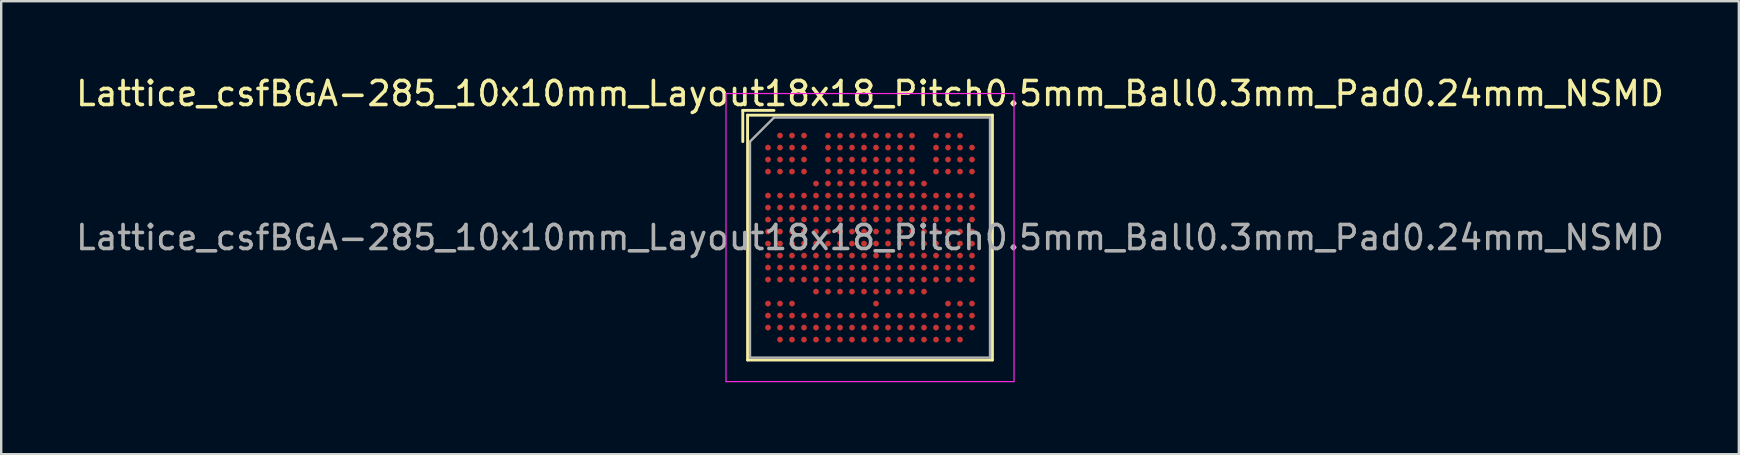
<source format=kicad_pcb>
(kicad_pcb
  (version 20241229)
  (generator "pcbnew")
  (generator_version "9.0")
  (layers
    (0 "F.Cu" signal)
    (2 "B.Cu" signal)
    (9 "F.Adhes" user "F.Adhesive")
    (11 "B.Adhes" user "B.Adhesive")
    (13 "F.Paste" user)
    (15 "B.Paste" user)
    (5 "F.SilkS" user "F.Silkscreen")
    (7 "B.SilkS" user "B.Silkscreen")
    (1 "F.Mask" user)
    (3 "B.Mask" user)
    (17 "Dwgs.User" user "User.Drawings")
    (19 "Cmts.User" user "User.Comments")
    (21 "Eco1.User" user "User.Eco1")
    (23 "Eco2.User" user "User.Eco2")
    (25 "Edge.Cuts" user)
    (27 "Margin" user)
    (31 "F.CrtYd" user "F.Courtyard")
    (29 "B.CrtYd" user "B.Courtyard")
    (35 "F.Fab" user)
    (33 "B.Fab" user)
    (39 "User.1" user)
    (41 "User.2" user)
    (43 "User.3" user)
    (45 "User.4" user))
  (footprint "Lattice_csfBGA-285_10x10mm_Layout18x18_Pitch0.5mm_Ball0.3mm_Pad0.24mm_NSMD"
    (layer "F.Cu")
    (at 33.196 6.848)
    (property "Reference" "Lattice_csfBGA-285_10x10mm_Layout18x18_Pitch0.5mm_Ball0.3mm_Pad0.24mm_NSMD" (at 0 -6 0) (layer "F.SilkS") (effects (font (size 1 1) (thickness 0.15))))
    (attr smd)
    (fp_line (start -5.3 -5.3) (end -5.3 -4) (stroke (width 0.12) (type solid)) (layer "F.SilkS"))
    (fp_line (start -5.1 -5.1) (end 5.1 -5.1) (stroke (width 0.12) (type solid)) (layer "F.SilkS"))
    (fp_line (start -5.1 5.1) (end -5.1 -5.1) (stroke (width 0.12) (type solid)) (layer "F.SilkS"))
    (fp_line (start -4 -5.3) (end -5.3 -5.3) (stroke (width 0.12) (type solid)) (layer "F.SilkS"))
    (fp_line (start 5.1 -5.1) (end 5.1 5.1) (stroke (width 0.12) (type solid)) (layer "F.SilkS"))
    (fp_line (start 5.1 5.1) (end -5.1 5.1) (stroke (width 0.12) (type solid)) (layer "F.SilkS"))
    (fp_line (start -6 -6) (end 6 -6) (stroke (width 0.05) (type solid)) (layer "F.CrtYd"))
    (fp_line (start -6 6) (end -6 -6) (stroke (width 0.05) (type solid)) (layer "F.CrtYd"))
    (fp_line (start 6 -6) (end 6 6) (stroke (width 0.05) (type solid)) (layer "F.CrtYd"))
    (fp_line (start 6 6) (end -6 6) (stroke (width 0.05) (type solid)) (layer "F.CrtYd"))
    (fp_line (start -5 -4) (end -4 -5) (stroke (width 0.1) (type solid)) (layer "F.Fab"))
    (fp_line (start -5 5) (end -5 -4) (stroke (width 0.1) (type solid)) (layer "F.Fab"))
    (fp_line (start -4 -5) (end 5 -5) (stroke (width 0.1) (type solid)) (layer "F.Fab"))
    (fp_line (start 5 -5) (end 5 5) (stroke (width 0.1) (type solid)) (layer "F.Fab"))
    (fp_line (start 5 5) (end -5 5) (stroke (width 0.1) (type solid)) (layer "F.Fab"))
    (fp_text user "${REFERENCE}" (at 0 0 0) (layer "F.Fab") (effects (font (size 1 1) (thickness 0.15))))
    (pad "A2" smd circle (at -3.75 -4.25) (size 0.24 0.24) (layers "F.Cu" "F.Mask" "F.Paste"))
    (pad "A3" smd circle (at -3.25 -4.25) (size 0.24 0.24) (layers "F.Cu" "F.Mask" "F.Paste"))
    (pad "A4" smd circle (at -2.75 -4.25) (size 0.24 0.24) (layers "F.Cu" "F.Mask" "F.Paste"))
    (pad "A6" smd circle (at -1.75 -4.25) (size 0.24 0.24) (layers "F.Cu" "F.Mask" "F.Paste"))
    (pad "A7" smd circle (at -1.25 -4.25) (size 0.24 0.24) (layers "F.Cu" "F.Mask" "F.Paste"))
    (pad "A8" smd circle (at -0.75 -4.25) (size 0.24 0.24) (layers "F.Cu" "F.Mask" "F.Paste"))
    (pad "A9" smd circle (at -0.25 -4.25) (size 0.24 0.24) (layers "F.Cu" "F.Mask" "F.Paste"))
    (pad "A10" smd circle (at 0.25 -4.25) (size 0.24 0.24) (layers "F.Cu" "F.Mask" "F.Paste"))
    (pad "A11" smd circle (at 0.75 -4.25) (size 0.24 0.24) (layers "F.Cu" "F.Mask" "F.Paste"))
    (pad "A12" smd circle (at 1.25 -4.25) (size 0.24 0.24) (layers "F.Cu" "F.Mask" "F.Paste"))
    (pad "A13" smd circle (at 1.75 -4.25) (size 0.24 0.24) (layers "F.Cu" "F.Mask" "F.Paste"))
    (pad "A15" smd circle (at 2.75 -4.25) (size 0.24 0.24) (layers "F.Cu" "F.Mask" "F.Paste"))
    (pad "A16" smd circle (at 3.25 -4.25) (size 0.24 0.24) (layers "F.Cu" "F.Mask" "F.Paste"))
    (pad "A17" smd circle (at 3.75 -4.25) (size 0.24 0.24) (layers "F.Cu" "F.Mask" "F.Paste"))
    (pad "B1" smd circle (at -4.25 -3.75) (size 0.24 0.24) (layers "F.Cu" "F.Mask" "F.Paste"))
    (pad "B2" smd circle (at -3.75 -3.75) (size 0.24 0.24) (layers "F.Cu" "F.Mask" "F.Paste"))
    (pad "B3" smd circle (at -3.25 -3.75) (size 0.24 0.24) (layers "F.Cu" "F.Mask" "F.Paste"))
    (pad "B4" smd circle (at -2.75 -3.75) (size 0.24 0.24) (layers "F.Cu" "F.Mask" "F.Paste"))
    (pad "B6" smd circle (at -1.75 -3.75) (size 0.24 0.24) (layers "F.Cu" "F.Mask" "F.Paste"))
    (pad "B7" smd circle (at -1.25 -3.75) (size 0.24 0.24) (layers "F.Cu" "F.Mask" "F.Paste"))
    (pad "B8" smd circle (at -0.75 -3.75) (size 0.24 0.24) (layers "F.Cu" "F.Mask" "F.Paste"))
    (pad "B9" smd circle (at -0.25 -3.75) (size 0.24 0.24) (layers "F.Cu" "F.Mask" "F.Paste"))
    (pad "B10" smd circle (at 0.25 -3.75) (size 0.24 0.24) (layers "F.Cu" "F.Mask" "F.Paste"))
    (pad "B11" smd circle (at 0.75 -3.75) (size 0.24 0.24) (layers "F.Cu" "F.Mask" "F.Paste"))
    (pad "B12" smd circle (at 1.25 -3.75) (size 0.24 0.24) (layers "F.Cu" "F.Mask" "F.Paste"))
    (pad "B13" smd circle (at 1.75 -3.75) (size 0.24 0.24) (layers "F.Cu" "F.Mask" "F.Paste"))
    (pad "B15" smd circle (at 2.75 -3.75) (size 0.24 0.24) (layers "F.Cu" "F.Mask" "F.Paste"))
    (pad "B16" smd circle (at 3.25 -3.75) (size 0.24 0.24) (layers "F.Cu" "F.Mask" "F.Paste"))
    (pad "B17" smd circle (at 3.75 -3.75) (size 0.24 0.24) (layers "F.Cu" "F.Mask" "F.Paste"))
    (pad "B18" smd circle (at 4.25 -3.75) (size 0.24 0.24) (layers "F.Cu" "F.Mask" "F.Paste"))
    (pad "C1" smd circle (at -4.25 -3.25) (size 0.24 0.24) (layers "F.Cu" "F.Mask" "F.Paste"))
    (pad "C2" smd circle (at -3.75 -3.25) (size 0.24 0.24) (layers "F.Cu" "F.Mask" "F.Paste"))
    (pad "C3" smd circle (at -3.25 -3.25) (size 0.24 0.24) (layers "F.Cu" "F.Mask" "F.Paste"))
    (pad "C4" smd circle (at -2.75 -3.25) (size 0.24 0.24) (layers "F.Cu" "F.Mask" "F.Paste"))
    (pad "C6" smd circle (at -1.75 -3.25) (size 0.24 0.24) (layers "F.Cu" "F.Mask" "F.Paste"))
    (pad "C7" smd circle (at -1.25 -3.25) (size 0.24 0.24) (layers "F.Cu" "F.Mask" "F.Paste"))
    (pad "C8" smd circle (at -0.75 -3.25) (size 0.24 0.24) (layers "F.Cu" "F.Mask" "F.Paste"))
    (pad "C9" smd circle (at -0.25 -3.25) (size 0.24 0.24) (layers "F.Cu" "F.Mask" "F.Paste"))
    (pad "C10" smd circle (at 0.25 -3.25) (size 0.24 0.24) (layers "F.Cu" "F.Mask" "F.Paste"))
    (pad "C11" smd circle (at 0.75 -3.25) (size 0.24 0.24) (layers "F.Cu" "F.Mask" "F.Paste"))
    (pad "C12" smd circle (at 1.25 -3.25) (size 0.24 0.24) (layers "F.Cu" "F.Mask" "F.Paste"))
    (pad "C13" smd circle (at 1.75 -3.25) (size 0.24 0.24) (layers "F.Cu" "F.Mask" "F.Paste"))
    (pad "C15" smd circle (at 2.75 -3.25) (size 0.24 0.24) (layers "F.Cu" "F.Mask" "F.Paste"))
    (pad "C16" smd circle (at 3.25 -3.25) (size 0.24 0.24) (layers "F.Cu" "F.Mask" "F.Paste"))
    (pad "C17" smd circle (at 3.75 -3.25) (size 0.24 0.24) (layers "F.Cu" "F.Mask" "F.Paste"))
    (pad "C18" smd circle (at 4.25 -3.25) (size 0.24 0.24) (layers "F.Cu" "F.Mask" "F.Paste"))
    (pad "D1" smd circle (at -4.25 -2.75) (size 0.24 0.24) (layers "F.Cu" "F.Mask" "F.Paste"))
    (pad "D2" smd circle (at -3.75 -2.75) (size 0.24 0.24) (layers "F.Cu" "F.Mask" "F.Paste"))
    (pad "D3" smd circle (at -3.25 -2.75) (size 0.24 0.24) (layers "F.Cu" "F.Mask" "F.Paste"))
    (pad "D4" smd circle (at -2.75 -2.75) (size 0.24 0.24) (layers "F.Cu" "F.Mask" "F.Paste"))
    (pad "D6" smd circle (at -1.75 -2.75) (size 0.24 0.24) (layers "F.Cu" "F.Mask" "F.Paste"))
    (pad "D7" smd circle (at -1.25 -2.75) (size 0.24 0.24) (layers "F.Cu" "F.Mask" "F.Paste"))
    (pad "D8" smd circle (at -0.75 -2.75) (size 0.24 0.24) (layers "F.Cu" "F.Mask" "F.Paste"))
    (pad "D9" smd circle (at -0.25 -2.75) (size 0.24 0.24) (layers "F.Cu" "F.Mask" "F.Paste"))
    (pad "D10" smd circle (at 0.25 -2.75) (size 0.24 0.24) (layers "F.Cu" "F.Mask" "F.Paste"))
    (pad "D11" smd circle (at 0.75 -2.75) (size 0.24 0.24) (layers "F.Cu" "F.Mask" "F.Paste"))
    (pad "D12" smd circle (at 1.25 -2.75) (size 0.24 0.24) (layers "F.Cu" "F.Mask" "F.Paste"))
    (pad "D13" smd circle (at 1.75 -2.75) (size 0.24 0.24) (layers "F.Cu" "F.Mask" "F.Paste"))
    (pad "D15" smd circle (at 2.75 -2.75) (size 0.24 0.24) (layers "F.Cu" "F.Mask" "F.Paste"))
    (pad "D16" smd circle (at 3.25 -2.75) (size 0.24 0.24) (layers "F.Cu" "F.Mask" "F.Paste"))
    (pad "D17" smd circle (at 3.75 -2.75) (size 0.24 0.24) (layers "F.Cu" "F.Mask" "F.Paste"))
    (pad "D18" smd circle (at 4.25 -2.75) (size 0.24 0.24) (layers "F.Cu" "F.Mask" "F.Paste"))
    (pad "E5" smd circle (at -2.25 -2.25) (size 0.24 0.24) (layers "F.Cu" "F.Mask" "F.Paste"))
    (pad "E6" smd circle (at -1.75 -2.25) (size 0.24 0.24) (layers "F.Cu" "F.Mask" "F.Paste"))
    (pad "E7" smd circle (at -1.25 -2.25) (size 0.24 0.24) (layers "F.Cu" "F.Mask" "F.Paste"))
    (pad "E8" smd circle (at -0.75 -2.25) (size 0.24 0.24) (layers "F.Cu" "F.Mask" "F.Paste"))
    (pad "E9" smd circle (at -0.25 -2.25) (size 0.24 0.24) (layers "F.Cu" "F.Mask" "F.Paste"))
    (pad "E10" smd circle (at 0.25 -2.25) (size 0.24 0.24) (layers "F.Cu" "F.Mask" "F.Paste"))
    (pad "E11" smd circle (at 0.75 -2.25) (size 0.24 0.24) (layers "F.Cu" "F.Mask" "F.Paste"))
    (pad "E12" smd circle (at 1.25 -2.25) (size 0.24 0.24) (layers "F.Cu" "F.Mask" "F.Paste"))
    (pad "E13" smd circle (at 1.75 -2.25) (size 0.24 0.24) (layers "F.Cu" "F.Mask" "F.Paste"))
    (pad "E14" smd circle (at 2.25 -2.25) (size 0.24 0.24) (layers "F.Cu" "F.Mask" "F.Paste"))
    (pad "F1" smd circle (at -4.25 -1.75) (size 0.24 0.24) (layers "F.Cu" "F.Mask" "F.Paste"))
    (pad "F2" smd circle (at -3.75 -1.75) (size 0.24 0.24) (layers "F.Cu" "F.Mask" "F.Paste"))
    (pad "F3" smd circle (at -3.25 -1.75) (size 0.24 0.24) (layers "F.Cu" "F.Mask" "F.Paste"))
    (pad "F4" smd circle (at -2.75 -1.75) (size 0.24 0.24) (layers "F.Cu" "F.Mask" "F.Paste"))
    (pad "F5" smd circle (at -2.25 -1.75) (size 0.24 0.24) (layers "F.Cu" "F.Mask" "F.Paste"))
    (pad "F6" smd circle (at -1.75 -1.75) (size 0.24 0.24) (layers "F.Cu" "F.Mask" "F.Paste"))
    (pad "F7" smd circle (at -1.25 -1.75) (size 0.24 0.24) (layers "F.Cu" "F.Mask" "F.Paste"))
    (pad "F8" smd circle (at -0.75 -1.75) (size 0.24 0.24) (layers "F.Cu" "F.Mask" "F.Paste"))
    (pad "F9" smd circle (at -0.25 -1.75) (size 0.24 0.24) (layers "F.Cu" "F.Mask" "F.Paste"))
    (pad "F10" smd circle (at 0.25 -1.75) (size 0.24 0.24) (layers "F.Cu" "F.Mask" "F.Paste"))
    (pad "F11" smd circle (at 0.75 -1.75) (size 0.24 0.24) (layers "F.Cu" "F.Mask" "F.Paste"))
    (pad "F12" smd circle (at 1.25 -1.75) (size 0.24 0.24) (layers "F.Cu" "F.Mask" "F.Paste"))
    (pad "F13" smd circle (at 1.75 -1.75) (size 0.24 0.24) (layers "F.Cu" "F.Mask" "F.Paste"))
    (pad "F14" smd circle (at 2.25 -1.75) (size 0.24 0.24) (layers "F.Cu" "F.Mask" "F.Paste"))
    (pad "F15" smd circle (at 2.75 -1.75) (size 0.24 0.24) (layers "F.Cu" "F.Mask" "F.Paste"))
    (pad "F16" smd circle (at 3.25 -1.75) (size 0.24 0.24) (layers "F.Cu" "F.Mask" "F.Paste"))
    (pad "F17" smd circle (at 3.75 -1.75) (size 0.24 0.24) (layers "F.Cu" "F.Mask" "F.Paste"))
    (pad "F18" smd circle (at 4.25 -1.75) (size 0.24 0.24) (layers "F.Cu" "F.Mask" "F.Paste"))
    (pad "G1" smd circle (at -4.25 -1.25) (size 0.24 0.24) (layers "F.Cu" "F.Mask" "F.Paste"))
    (pad "G2" smd circle (at -3.75 -1.25) (size 0.24 0.24) (layers "F.Cu" "F.Mask" "F.Paste"))
    (pad "G3" smd circle (at -3.25 -1.25) (size 0.24 0.24) (layers "F.Cu" "F.Mask" "F.Paste"))
    (pad "G4" smd circle (at -2.75 -1.25) (size 0.24 0.24) (layers "F.Cu" "F.Mask" "F.Paste"))
    (pad "G5" smd circle (at -2.25 -1.25) (size 0.24 0.24) (layers "F.Cu" "F.Mask" "F.Paste"))
    (pad "G6" smd circle (at -1.75 -1.25) (size 0.24 0.24) (layers "F.Cu" "F.Mask" "F.Paste"))
    (pad "G7" smd circle (at -1.25 -1.25) (size 0.24 0.24) (layers "F.Cu" "F.Mask" "F.Paste"))
    (pad "G8" smd circle (at -0.75 -1.25) (size 0.24 0.24) (layers "F.Cu" "F.Mask" "F.Paste"))
    (pad "G9" smd circle (at -0.25 -1.25) (size 0.24 0.24) (layers "F.Cu" "F.Mask" "F.Paste"))
    (pad "G10" smd circle (at 0.25 -1.25) (size 0.24 0.24) (layers "F.Cu" "F.Mask" "F.Paste"))
    (pad "G11" smd circle (at 0.75 -1.25) (size 0.24 0.24) (layers "F.Cu" "F.Mask" "F.Paste"))
    (pad "G12" smd circle (at 1.25 -1.25) (size 0.24 0.24) (layers "F.Cu" "F.Mask" "F.Paste"))
    (pad "G13" smd circle (at 1.75 -1.25) (size 0.24 0.24) (layers "F.Cu" "F.Mask" "F.Paste"))
    (pad "G14" smd circle (at 2.25 -1.25) (size 0.24 0.24) (layers "F.Cu" "F.Mask" "F.Paste"))
    (pad "G15" smd circle (at 2.75 -1.25) (size 0.24 0.24) (layers "F.Cu" "F.Mask" "F.Paste"))
    (pad "G16" smd circle (at 3.25 -1.25) (size 0.24 0.24) (layers "F.Cu" "F.Mask" "F.Paste"))
    (pad "G17" smd circle (at 3.75 -1.25) (size 0.24 0.24) (layers "F.Cu" "F.Mask" "F.Paste"))
    (pad "G18" smd circle (at 4.25 -1.25) (size 0.24 0.24) (layers "F.Cu" "F.Mask" "F.Paste"))
    (pad "H1" smd circle (at -4.25 -0.75) (size 0.24 0.24) (layers "F.Cu" "F.Mask" "F.Paste"))
    (pad "H2" smd circle (at -3.75 -0.75) (size 0.24 0.24) (layers "F.Cu" "F.Mask" "F.Paste"))
    (pad "H3" smd circle (at -3.25 -0.75) (size 0.24 0.24) (layers "F.Cu" "F.Mask" "F.Paste"))
    (pad "H4" smd circle (at -2.75 -0.75) (size 0.24 0.24) (layers "F.Cu" "F.Mask" "F.Paste"))
    (pad "H5" smd circle (at -2.25 -0.75) (size 0.24 0.24) (layers "F.Cu" "F.Mask" "F.Paste"))
    (pad "H6" smd circle (at -1.75 -0.75) (size 0.24 0.24) (layers "F.Cu" "F.Mask" "F.Paste"))
    (pad "H7" smd circle (at -1.25 -0.75) (size 0.24 0.24) (layers "F.Cu" "F.Mask" "F.Paste"))
    (pad "H8" smd circle (at -0.75 -0.75) (size 0.24 0.24) (layers "F.Cu" "F.Mask" "F.Paste"))
    (pad "H9" smd circle (at -0.25 -0.75) (size 0.24 0.24) (layers "F.Cu" "F.Mask" "F.Paste"))
    (pad "H10" smd circle (at 0.25 -0.75) (size 0.24 0.24) (layers "F.Cu" "F.Mask" "F.Paste"))
    (pad "H11" smd circle (at 0.75 -0.75) (size 0.24 0.24) (layers "F.Cu" "F.Mask" "F.Paste"))
    (pad "H12" smd circle (at 1.25 -0.75) (size 0.24 0.24) (layers "F.Cu" "F.Mask" "F.Paste"))
    (pad "H13" smd circle (at 1.75 -0.75) (size 0.24 0.24) (layers "F.Cu" "F.Mask" "F.Paste"))
    (pad "H14" smd circle (at 2.25 -0.75) (size 0.24 0.24) (layers "F.Cu" "F.Mask" "F.Paste"))
    (pad "H15" smd circle (at 2.75 -0.75) (size 0.24 0.24) (layers "F.Cu" "F.Mask" "F.Paste"))
    (pad "H16" smd circle (at 3.25 -0.75) (size 0.24 0.24) (layers "F.Cu" "F.Mask" "F.Paste"))
    (pad "H17" smd circle (at 3.75 -0.75) (size 0.24 0.24) (layers "F.Cu" "F.Mask" "F.Paste"))
    (pad "H18" smd circle (at 4.25 -0.75) (size 0.24 0.24) (layers "F.Cu" "F.Mask" "F.Paste"))
    (pad "J1" smd circle (at -4.25 -0.25) (size 0.24 0.24) (layers "F.Cu" "F.Mask" "F.Paste"))
    (pad "J2" smd circle (at -3.75 -0.25) (size 0.24 0.24) (layers "F.Cu" "F.Mask" "F.Paste"))
    (pad "J3" smd circle (at -3.25 -0.25) (size 0.24 0.24) (layers "F.Cu" "F.Mask" "F.Paste"))
    (pad "J4" smd circle (at -2.75 -0.25) (size 0.24 0.24) (layers "F.Cu" "F.Mask" "F.Paste"))
    (pad "J5" smd circle (at -2.25 -0.25) (size 0.24 0.24) (layers "F.Cu" "F.Mask" "F.Paste"))
    (pad "J6" smd circle (at -1.75 -0.25) (size 0.24 0.24) (layers "F.Cu" "F.Mask" "F.Paste"))
    (pad "J7" smd circle (at -1.25 -0.25) (size 0.24 0.24) (layers "F.Cu" "F.Mask" "F.Paste"))
    (pad "J8" smd circle (at -0.75 -0.25) (size 0.24 0.24) (layers "F.Cu" "F.Mask" "F.Paste"))
    (pad "J9" smd circle (at -0.25 -0.25) (size 0.24 0.24) (layers "F.Cu" "F.Mask" "F.Paste"))
    (pad "J10" smd circle (at 0.25 -0.25) (size 0.24 0.24) (layers "F.Cu" "F.Mask" "F.Paste"))
    (pad "J11" smd circle (at 0.75 -0.25) (size 0.24 0.24) (layers "F.Cu" "F.Mask" "F.Paste"))
    (pad "J12" smd circle (at 1.25 -0.25) (size 0.24 0.24) (layers "F.Cu" "F.Mask" "F.Paste"))
    (pad "J13" smd circle (at 1.75 -0.25) (size 0.24 0.24) (layers "F.Cu" "F.Mask" "F.Paste"))
    (pad "J14" smd circle (at 2.25 -0.25) (size 0.24 0.24) (layers "F.Cu" "F.Mask" "F.Paste"))
    (pad "J15" smd circle (at 2.75 -0.25) (size 0.24 0.24) (layers "F.Cu" "F.Mask" "F.Paste"))
    (pad "J16" smd circle (at 3.25 -0.25) (size 0.24 0.24) (layers "F.Cu" "F.Mask" "F.Paste"))
    (pad "J17" smd circle (at 3.75 -0.25) (size 0.24 0.24) (layers "F.Cu" "F.Mask" "F.Paste"))
    (pad "J18" smd circle (at 4.25 -0.25) (size 0.24 0.24) (layers "F.Cu" "F.Mask" "F.Paste"))
    (pad "K1" smd circle (at -4.25 0.25) (size 0.24 0.24) (layers "F.Cu" "F.Mask" "F.Paste"))
    (pad "K2" smd circle (at -3.75 0.25) (size 0.24 0.24) (layers "F.Cu" "F.Mask" "F.Paste"))
    (pad "K3" smd circle (at -3.25 0.25) (size 0.24 0.24) (layers "F.Cu" "F.Mask" "F.Paste"))
    (pad "K4" smd circle (at -2.75 0.25) (size 0.24 0.24) (layers "F.Cu" "F.Mask" "F.Paste"))
    (pad "K5" smd circle (at -2.25 0.25) (size 0.24 0.24) (layers "F.Cu" "F.Mask" "F.Paste"))
    (pad "K6" smd circle (at -1.75 0.25) (size 0.24 0.24) (layers "F.Cu" "F.Mask" "F.Paste"))
    (pad "K7" smd circle (at -1.25 0.25) (size 0.24 0.24) (layers "F.Cu" "F.Mask" "F.Paste"))
    (pad "K8" smd circle (at -0.75 0.25) (size 0.24 0.24) (layers "F.Cu" "F.Mask" "F.Paste"))
    (pad "K9" smd circle (at -0.25 0.25) (size 0.24 0.24) (layers "F.Cu" "F.Mask" "F.Paste"))
    (pad "K10" smd circle (at 0.25 0.25) (size 0.24 0.24) (layers "F.Cu" "F.Mask" "F.Paste"))
    (pad "K11" smd circle (at 0.75 0.25) (size 0.24 0.24) (layers "F.Cu" "F.Mask" "F.Paste"))
    (pad "K12" smd circle (at 1.25 0.25) (size 0.24 0.24) (layers "F.Cu" "F.Mask" "F.Paste"))
    (pad "K13" smd circle (at 1.75 0.25) (size 0.24 0.24) (layers "F.Cu" "F.Mask" "F.Paste"))
    (pad "K14" smd circle (at 2.25 0.25) (size 0.24 0.24) (layers "F.Cu" "F.Mask" "F.Paste"))
    (pad "K15" smd circle (at 2.75 0.25) (size 0.24 0.24) (layers "F.Cu" "F.Mask" "F.Paste"))
    (pad "K16" smd circle (at 3.25 0.25) (size 0.24 0.24) (layers "F.Cu" "F.Mask" "F.Paste"))
    (pad "K17" smd circle (at 3.75 0.25) (size 0.24 0.24) (layers "F.Cu" "F.Mask" "F.Paste"))
    (pad "K18" smd circle (at 4.25 0.25) (size 0.24 0.24) (layers "F.Cu" "F.Mask" "F.Paste"))
    (pad "L1" smd circle (at -4.25 0.75) (size 0.24 0.24) (layers "F.Cu" "F.Mask" "F.Paste"))
    (pad "L2" smd circle (at -3.75 0.75) (size 0.24 0.24) (layers "F.Cu" "F.Mask" "F.Paste"))
    (pad "L3" smd circle (at -3.25 0.75) (size 0.24 0.24) (layers "F.Cu" "F.Mask" "F.Paste"))
    (pad "L4" smd circle (at -2.75 0.75) (size 0.24 0.24) (layers "F.Cu" "F.Mask" "F.Paste"))
    (pad "L5" smd circle (at -2.25 0.75) (size 0.24 0.24) (layers "F.Cu" "F.Mask" "F.Paste"))
    (pad "L6" smd circle (at -1.75 0.75) (size 0.24 0.24) (layers "F.Cu" "F.Mask" "F.Paste"))
    (pad "L7" smd circle (at -1.25 0.75) (size 0.24 0.24) (layers "F.Cu" "F.Mask" "F.Paste"))
    (pad "L8" smd circle (at -0.75 0.75) (size 0.24 0.24) (layers "F.Cu" "F.Mask" "F.Paste"))
    (pad "L9" smd circle (at -0.25 0.75) (size 0.24 0.24) (layers "F.Cu" "F.Mask" "F.Paste"))
    (pad "L10" smd circle (at 0.25 0.75) (size 0.24 0.24) (layers "F.Cu" "F.Mask" "F.Paste"))
    (pad "L11" smd circle (at 0.75 0.75) (size 0.24 0.24) (layers "F.Cu" "F.Mask" "F.Paste"))
    (pad "L12" smd circle (at 1.25 0.75) (size 0.24 0.24) (layers "F.Cu" "F.Mask" "F.Paste"))
    (pad "L13" smd circle (at 1.75 0.75) (size 0.24 0.24) (layers "F.Cu" "F.Mask" "F.Paste"))
    (pad "L14" smd circle (at 2.25 0.75) (size 0.24 0.24) (layers "F.Cu" "F.Mask" "F.Paste"))
    (pad "L15" smd circle (at 2.75 0.75) (size 0.24 0.24) (layers "F.Cu" "F.Mask" "F.Paste"))
    (pad "L16" smd circle (at 3.25 0.75) (size 0.24 0.24) (layers "F.Cu" "F.Mask" "F.Paste"))
    (pad "L17" smd circle (at 3.75 0.75) (size 0.24 0.24) (layers "F.Cu" "F.Mask" "F.Paste"))
    (pad "L18" smd circle (at 4.25 0.75) (size 0.24 0.24) (layers "F.Cu" "F.Mask" "F.Paste"))
    (pad "M1" smd circle (at -4.25 1.25) (size 0.24 0.24) (layers "F.Cu" "F.Mask" "F.Paste"))
    (pad "M2" smd circle (at -3.75 1.25) (size 0.24 0.24) (layers "F.Cu" "F.Mask" "F.Paste"))
    (pad "M3" smd circle (at -3.25 1.25) (size 0.24 0.24) (layers "F.Cu" "F.Mask" "F.Paste"))
    (pad "M4" smd circle (at -2.75 1.25) (size 0.24 0.24) (layers "F.Cu" "F.Mask" "F.Paste"))
    (pad "M5" smd circle (at -2.25 1.25) (size 0.24 0.24) (layers "F.Cu" "F.Mask" "F.Paste"))
    (pad "M6" smd circle (at -1.75 1.25) (size 0.24 0.24) (layers "F.Cu" "F.Mask" "F.Paste"))
    (pad "M7" smd circle (at -1.25 1.25) (size 0.24 0.24) (layers "F.Cu" "F.Mask" "F.Paste"))
    (pad "M8" smd circle (at -0.75 1.25) (size 0.24 0.24) (layers "F.Cu" "F.Mask" "F.Paste"))
    (pad "M9" smd circle (at -0.25 1.25) (size 0.24 0.24) (layers "F.Cu" "F.Mask" "F.Paste"))
    (pad "M10" smd circle (at 0.25 1.25) (size 0.24 0.24) (layers "F.Cu" "F.Mask" "F.Paste"))
    (pad "M11" smd circle (at 0.75 1.25) (size 0.24 0.24) (layers "F.Cu" "F.Mask" "F.Paste"))
    (pad "M12" smd circle (at 1.25 1.25) (size 0.24 0.24) (layers "F.Cu" "F.Mask" "F.Paste"))
    (pad "M13" smd circle (at 1.75 1.25) (size 0.24 0.24) (layers "F.Cu" "F.Mask" "F.Paste"))
    (pad "M14" smd circle (at 2.25 1.25) (size 0.24 0.24) (layers "F.Cu" "F.Mask" "F.Paste"))
    (pad "M15" smd circle (at 2.75 1.25) (size 0.24 0.24) (layers "F.Cu" "F.Mask" "F.Paste"))
    (pad "M16" smd circle (at 3.25 1.25) (size 0.24 0.24) (layers "F.Cu" "F.Mask" "F.Paste"))
    (pad "M17" smd circle (at 3.75 1.25) (size 0.24 0.24) (layers "F.Cu" "F.Mask" "F.Paste"))
    (pad "M18" smd circle (at 4.25 1.25) (size 0.24 0.24) (layers "F.Cu" "F.Mask" "F.Paste"))
    (pad "N1" smd circle (at -4.25 1.75) (size 0.24 0.24) (layers "F.Cu" "F.Mask" "F.Paste"))
    (pad "N2" smd circle (at -3.75 1.75) (size 0.24 0.24) (layers "F.Cu" "F.Mask" "F.Paste"))
    (pad "N3" smd circle (at -3.25 1.75) (size 0.24 0.24) (layers "F.Cu" "F.Mask" "F.Paste"))
    (pad "N4" smd circle (at -2.75 1.75) (size 0.24 0.24) (layers "F.Cu" "F.Mask" "F.Paste"))
    (pad "N5" smd circle (at -2.25 1.75) (size 0.24 0.24) (layers "F.Cu" "F.Mask" "F.Paste"))
    (pad "N6" smd circle (at -1.75 1.75) (size 0.24 0.24) (layers "F.Cu" "F.Mask" "F.Paste"))
    (pad "N7" smd circle (at -1.25 1.75) (size 0.24 0.24) (layers "F.Cu" "F.Mask" "F.Paste"))
    (pad "N8" smd circle (at -0.75 1.75) (size 0.24 0.24) (layers "F.Cu" "F.Mask" "F.Paste"))
    (pad "N9" smd circle (at -0.25 1.75) (size 0.24 0.24) (layers "F.Cu" "F.Mask" "F.Paste"))
    (pad "N10" smd circle (at 0.25 1.75) (size 0.24 0.24) (layers "F.Cu" "F.Mask" "F.Paste"))
    (pad "N11" smd circle (at 0.75 1.75) (size 0.24 0.24) (layers "F.Cu" "F.Mask" "F.Paste"))
    (pad "N12" smd circle (at 1.25 1.75) (size 0.24 0.24) (layers "F.Cu" "F.Mask" "F.Paste"))
    (pad "N13" smd circle (at 1.75 1.75) (size 0.24 0.24) (layers "F.Cu" "F.Mask" "F.Paste"))
    (pad "N14" smd circle (at 2.25 1.75) (size 0.24 0.24) (layers "F.Cu" "F.Mask" "F.Paste"))
    (pad "N15" smd circle (at 2.75 1.75) (size 0.24 0.24) (layers "F.Cu" "F.Mask" "F.Paste"))
    (pad "N16" smd circle (at 3.25 1.75) (size 0.24 0.24) (layers "F.Cu" "F.Mask" "F.Paste"))
    (pad "N17" smd circle (at 3.75 1.75) (size 0.24 0.24) (layers "F.Cu" "F.Mask" "F.Paste"))
    (pad "N18" smd circle (at 4.25 1.75) (size 0.24 0.24) (layers "F.Cu" "F.Mask" "F.Paste"))
    (pad "P5" smd circle (at -2.25 2.25) (size 0.24 0.24) (layers "F.Cu" "F.Mask" "F.Paste"))
    (pad "P6" smd circle (at -1.75 2.25) (size 0.24 0.24) (layers "F.Cu" "F.Mask" "F.Paste"))
    (pad "P7" smd circle (at -1.25 2.25) (size 0.24 0.24) (layers "F.Cu" "F.Mask" "F.Paste"))
    (pad "P8" smd circle (at -0.75 2.25) (size 0.24 0.24) (layers "F.Cu" "F.Mask" "F.Paste"))
    (pad "P9" smd circle (at -0.25 2.25) (size 0.24 0.24) (layers "F.Cu" "F.Mask" "F.Paste"))
    (pad "P10" smd circle (at 0.25 2.25) (size 0.24 0.24) (layers "F.Cu" "F.Mask" "F.Paste"))
    (pad "P11" smd circle (at 0.75 2.25) (size 0.24 0.24) (layers "F.Cu" "F.Mask" "F.Paste"))
    (pad "P12" smd circle (at 1.25 2.25) (size 0.24 0.24) (layers "F.Cu" "F.Mask" "F.Paste"))
    (pad "P13" smd circle (at 1.75 2.25) (size 0.24 0.24) (layers "F.Cu" "F.Mask" "F.Paste"))
    (pad "P14" smd circle (at 2.25 2.25) (size 0.24 0.24) (layers "F.Cu" "F.Mask" "F.Paste"))
    (pad "R1" smd circle (at -4.25 2.75) (size 0.24 0.24) (layers "F.Cu" "F.Mask" "F.Paste"))
    (pad "R2" smd circle (at -3.75 2.75) (size 0.24 0.24) (layers "F.Cu" "F.Mask" "F.Paste"))
    (pad "R3" smd circle (at -3.25 2.75) (size 0.24 0.24) (layers "F.Cu" "F.Mask" "F.Paste"))
    (pad "R10" smd circle (at 0.25 2.75) (size 0.24 0.24) (layers "F.Cu" "F.Mask" "F.Paste"))
    (pad "R16" smd circle (at 3.25 2.75) (size 0.24 0.24) (layers "F.Cu" "F.Mask" "F.Paste"))
    (pad "R17" smd circle (at 3.75 2.75) (size 0.24 0.24) (layers "F.Cu" "F.Mask" "F.Paste"))
    (pad "R18" smd circle (at 4.25 2.75) (size 0.24 0.24) (layers "F.Cu" "F.Mask" "F.Paste"))
    (pad "T1" smd circle (at -4.25 3.25) (size 0.24 0.24) (layers "F.Cu" "F.Mask" "F.Paste"))
    (pad "T2" smd circle (at -3.75 3.25) (size 0.24 0.24) (layers "F.Cu" "F.Mask" "F.Paste"))
    (pad "T3" smd circle (at -3.25 3.25) (size 0.24 0.24) (layers "F.Cu" "F.Mask" "F.Paste"))
    (pad "T4" smd circle (at -2.75 3.25) (size 0.24 0.24) (layers "F.Cu" "F.Mask" "F.Paste"))
    (pad "T5" smd circle (at -2.25 3.25) (size 0.24 0.24) (layers "F.Cu" "F.Mask" "F.Paste"))
    (pad "T6" smd circle (at -1.75 3.25) (size 0.24 0.24) (layers "F.Cu" "F.Mask" "F.Paste"))
    (pad "T7" smd circle (at -1.25 3.25) (size 0.24 0.24) (layers "F.Cu" "F.Mask" "F.Paste"))
    (pad "T8" smd circle (at -0.75 3.25) (size 0.24 0.24) (layers "F.Cu" "F.Mask" "F.Paste"))
    (pad "T9" smd circle (at -0.25 3.25) (size 0.24 0.24) (layers "F.Cu" "F.Mask" "F.Paste"))
    (pad "T10" smd circle (at 0.25 3.25) (size 0.24 0.24) (layers "F.Cu" "F.Mask" "F.Paste"))
    (pad "T11" smd circle (at 0.75 3.25) (size 0.24 0.24) (layers "F.Cu" "F.Mask" "F.Paste"))
    (pad "T12" smd circle (at 1.25 3.25) (size 0.24 0.24) (layers "F.Cu" "F.Mask" "F.Paste"))
    (pad "T13" smd circle (at 1.75 3.25) (size 0.24 0.24) (layers "F.Cu" "F.Mask" "F.Paste"))
    (pad "T14" smd circle (at 2.25 3.25) (size 0.24 0.24) (layers "F.Cu" "F.Mask" "F.Paste"))
    (pad "T15" smd circle (at 2.75 3.25) (size 0.24 0.24) (layers "F.Cu" "F.Mask" "F.Paste"))
    (pad "T16" smd circle (at 3.25 3.25) (size 0.24 0.24) (layers "F.Cu" "F.Mask" "F.Paste"))
    (pad "T17" smd circle (at 3.75 3.25) (size 0.24 0.24) (layers "F.Cu" "F.Mask" "F.Paste"))
    (pad "T18" smd circle (at 4.25 3.25) (size 0.24 0.24) (layers "F.Cu" "F.Mask" "F.Paste"))
    (pad "U1" smd circle (at -4.25 3.75) (size 0.24 0.24) (layers "F.Cu" "F.Mask" "F.Paste"))
    (pad "U2" smd circle (at -3.75 3.75) (size 0.24 0.24) (layers "F.Cu" "F.Mask" "F.Paste"))
    (pad "U3" smd circle (at -3.25 3.75) (size 0.24 0.24) (layers "F.Cu" "F.Mask" "F.Paste"))
    (pad "U4" smd circle (at -2.75 3.75) (size 0.24 0.24) (layers "F.Cu" "F.Mask" "F.Paste"))
    (pad "U5" smd circle (at -2.25 3.75) (size 0.24 0.24) (layers "F.Cu" "F.Mask" "F.Paste"))
    (pad "U6" smd circle (at -1.75 3.75) (size 0.24 0.24) (layers "F.Cu" "F.Mask" "F.Paste"))
    (pad "U7" smd circle (at -1.25 3.75) (size 0.24 0.24) (layers "F.Cu" "F.Mask" "F.Paste"))
    (pad "U8" smd circle (at -0.75 3.75) (size 0.24 0.24) (layers "F.Cu" "F.Mask" "F.Paste"))
    (pad "U9" smd circle (at -0.25 3.75) (size 0.24 0.24) (layers "F.Cu" "F.Mask" "F.Paste"))
    (pad "U10" smd circle (at 0.25 3.75) (size 0.24 0.24) (layers "F.Cu" "F.Mask" "F.Paste"))
    (pad "U11" smd circle (at 0.75 3.75) (size 0.24 0.24) (layers "F.Cu" "F.Mask" "F.Paste"))
    (pad "U12" smd circle (at 1.25 3.75) (size 0.24 0.24) (layers "F.Cu" "F.Mask" "F.Paste"))
    (pad "U13" smd circle (at 1.75 3.75) (size 0.24 0.24) (layers "F.Cu" "F.Mask" "F.Paste"))
    (pad "U14" smd circle (at 2.25 3.75) (size 0.24 0.24) (layers "F.Cu" "F.Mask" "F.Paste"))
    (pad "U15" smd circle (at 2.75 3.75) (size 0.24 0.24) (layers "F.Cu" "F.Mask" "F.Paste"))
    (pad "U16" smd circle (at 3.25 3.75) (size 0.24 0.24) (layers "F.Cu" "F.Mask" "F.Paste"))
    (pad "U17" smd circle (at 3.75 3.75) (size 0.24 0.24) (layers "F.Cu" "F.Mask" "F.Paste"))
    (pad "U18" smd circle (at 4.25 3.75) (size 0.24 0.24) (layers "F.Cu" "F.Mask" "F.Paste"))
    (pad "V2" smd circle (at -3.75 4.25) (size 0.24 0.24) (layers "F.Cu" "F.Mask" "F.Paste"))
    (pad "V3" smd circle (at -3.25 4.25) (size 0.24 0.24) (layers "F.Cu" "F.Mask" "F.Paste"))
    (pad "V4" smd circle (at -2.75 4.25) (size 0.24 0.24) (layers "F.Cu" "F.Mask" "F.Paste"))
    (pad "V5" smd circle (at -2.25 4.25) (size 0.24 0.24) (layers "F.Cu" "F.Mask" "F.Paste"))
    (pad "V6" smd circle (at -1.75 4.25) (size 0.24 0.24) (layers "F.Cu" "F.Mask" "F.Paste"))
    (pad "V7" smd circle (at -1.25 4.25) (size 0.24 0.24) (layers "F.Cu" "F.Mask" "F.Paste"))
    (pad "V8" smd circle (at -0.75 4.25) (size 0.24 0.24) (layers "F.Cu" "F.Mask" "F.Paste"))
    (pad "V9" smd circle (at -0.25 4.25) (size 0.24 0.24) (layers "F.Cu" "F.Mask" "F.Paste"))
    (pad "V10" smd circle (at 0.25 4.25) (size 0.24 0.24) (layers "F.Cu" "F.Mask" "F.Paste"))
    (pad "V11" smd circle (at 0.75 4.25) (size 0.24 0.24) (layers "F.Cu" "F.Mask" "F.Paste"))
    (pad "V12" smd circle (at 1.25 4.25) (size 0.24 0.24) (layers "F.Cu" "F.Mask" "F.Paste"))
    (pad "V13" smd circle (at 1.75 4.25) (size 0.24 0.24) (layers "F.Cu" "F.Mask" "F.Paste"))
    (pad "V14" smd circle (at 2.25 4.25) (size 0.24 0.24) (layers "F.Cu" "F.Mask" "F.Paste"))
    (pad "V15" smd circle (at 2.75 4.25) (size 0.24 0.24) (layers "F.Cu" "F.Mask" "F.Paste"))
    (pad "V16" smd circle (at 3.25 4.25) (size 0.24 0.24) (layers "F.Cu" "F.Mask" "F.Paste"))
    (pad "V17" smd circle (at 3.75 4.25) (size 0.24 0.24) (layers "F.Cu" "F.Mask" "F.Paste")))
  (gr_rect
    (start -3 -3)
    (end 69.393 15.873)
    (stroke (width 0.1) (type default))
    (fill no)
    (layer "Edge.Cuts")))
</source>
